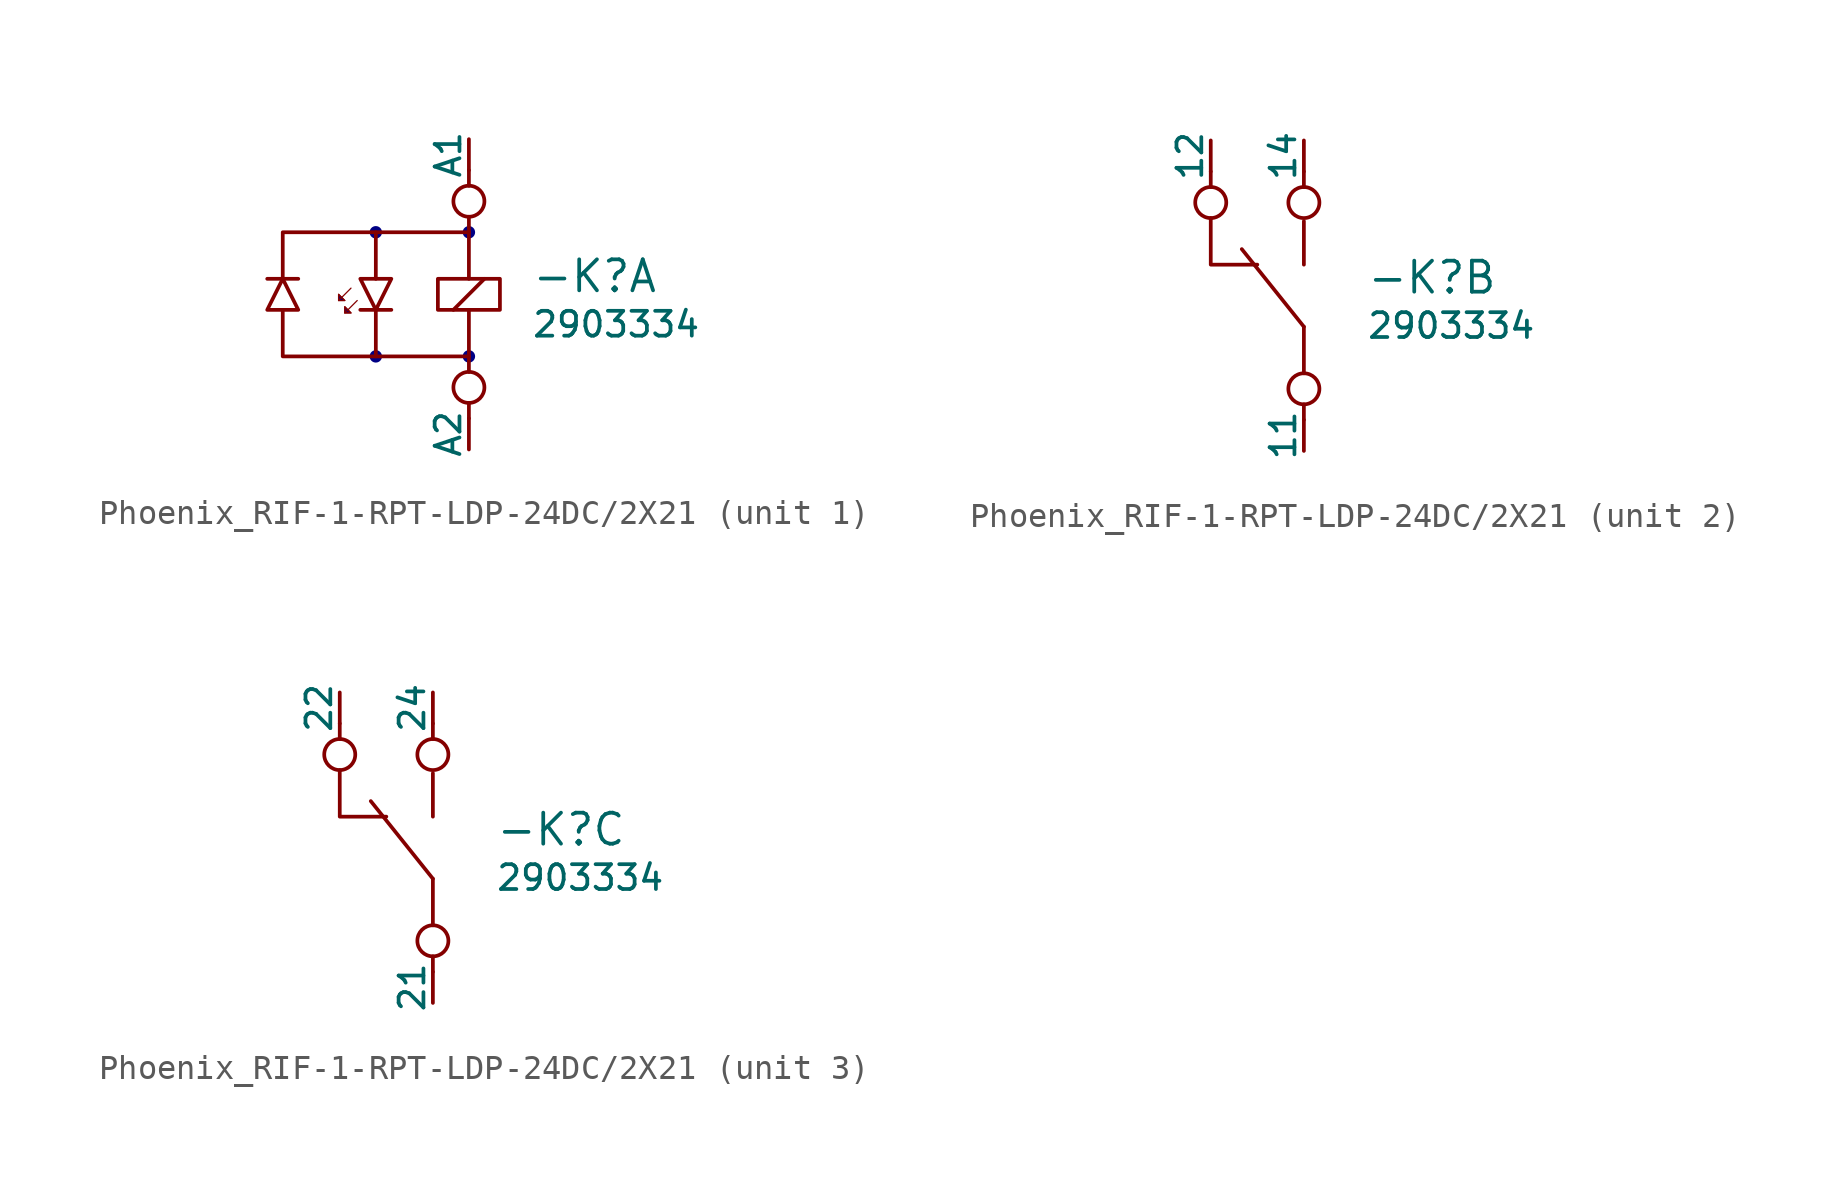
<source format=kicad_sym>
(kicad_symbol_lib
  (version 20231120)
  (generator "kicad_symbol_editor")
  (generator_version "8.0")
  (symbol "Phoenix_RIF-1-RPT-LDP-24DC/2X21"
    (pin_numbers hide)
    (pin_names
      (offset 0))
    (property "Reference" "-K"
      (at 2.54 0 0)
      (do_not_autoplace)
      (effects (font (size 1.27 1.27)) (justify left bottom)))
    (property "Value" "${PartNo}"
      (at 2.54 -0.635 0)
      (do_not_autoplace)
      (effects (font (size 1.016 1.016)) (justify left top)))
    (property "PartNo" "2903334"
      (at 10.795 0 0)
      (show_name)
      (effects (font (size 1.27 1.27)) (justify left) (hide yes)))
    (property "ki_locked" ""
      (at 0 0 0)
      (effects (font (size 1.27 1.27))))
    (symbol "Phoenix_RIF-1-RPT-LDP-24DC/2X21_1_1"
      (circle (center -3.81 -2.54) (radius 0.254) (stroke (width -0.0001) (type default)) (fill (type color) (color 0 0 132 1)))
      (circle (center -3.81 2.54) (radius 0.254) (stroke (width -0.0001) (type default)) (fill (type color) (color 0 0 132 1)))
      (rectangle (start -1.27 0.635) (end 1.27 -0.635) (stroke (width 0) (type default)) (fill (type none)))
      (circle (center 0 -3.81) (radius 0.635) (stroke (width 0) (type default)) (fill (type none)))
      (circle (center 0 -2.54) (radius 0.254) (stroke (width -0.0001) (type default)) (fill (type color) (color 0 0 132 1)))
      (polyline (pts (xy -6.985 0.635) (xy -8.255 0.635)) (stroke (width 0) (type default)) (fill (type none)))
      (polyline (pts (xy -4.826 0.254) (xy -5.334 -0.254)) (stroke (width 0.051) (type default)) (fill (type none)))
      (polyline (pts (xy -4.572 -0.254) (xy -5.08 -0.762)) (stroke (width 0.051) (type default)) (fill (type none)))
      (polyline (pts (xy -4.445 -0.635) (xy -3.175 -0.635)) (stroke (width 0) (type default)) (fill (type none)))
      (polyline (pts (xy -0.635 -0.635) (xy 0.635 0.635)) (stroke (width 0) (type default)) (fill (type none)))
      (polyline (pts (xy 0 -5.08) (xy 0 -4.445)) (stroke (width 0) (type default)) (fill (type none)))
      (polyline (pts (xy 0 -0.635) (xy 0 -3.175)) (stroke (width 0) (type default)) (fill (type none)))
      (polyline (pts (xy 0 0.635) (xy 0 3.175)) (stroke (width 0) (type default)) (fill (type none)))
      (polyline (pts (xy 0 4.445) (xy 0 5.08)) (stroke (width 0) (type default)) (fill (type none)))
      (polyline (pts (xy -3.81 -2.54) (xy -7.62 -2.54) (xy -7.62 -0.635)) (stroke (width 0) (type default)) (fill (type none)))
      (polyline (pts (xy -3.81 2.54) (xy -7.62 2.54) (xy -7.62 0.635)) (stroke (width 0) (type default)) (fill (type none)))
      (polyline (pts (xy 0 -2.54) (xy -3.81 -2.54) (xy -3.81 -0.635)) (stroke (width 0) (type default)) (fill (type none)))
      (polyline (pts (xy 0 2.54) (xy -3.81 2.54) (xy -3.81 0.635)) (stroke (width 0) (type default)) (fill (type none)))
      (polyline (pts (xy -6.985 -0.635) (xy -8.255 -0.635) (xy -7.62 0.635) (xy -6.985 -0.635)) (stroke (width 0) (type default)) (fill (type none)))
      (polyline (pts (xy -5.08 -0.254) (xy -5.334 0) (xy -5.334 -0.254) (xy -5.08 -0.254)) (stroke (width 0.051) (type default)) (fill (type color) (color 0 0 132 1)))
      (polyline (pts (xy -5.08 -0.254) (xy -5.334 0) (xy -5.334 -0.254) (xy -5.08 -0.254)) (stroke (width 0.051) (type default)) (fill (type color) (color 0 0 132 1)))
      (polyline (pts (xy -4.826 -0.762) (xy -5.08 -0.508) (xy -5.08 -0.762) (xy -4.826 -0.762)) (stroke (width 0.051) (type default)) (fill (type color) (color 0 0 132 1)))
      (polyline (pts (xy -4.826 -0.762) (xy -5.08 -0.508) (xy -5.08 -0.762) (xy -4.826 -0.762)) (stroke (width 0.051) (type default)) (fill (type color) (color 0 0 132 1)))
      (polyline (pts (xy -4.445 0.635) (xy -3.175 0.635) (xy -3.81 -0.635) (xy -4.445 0.635)) (stroke (width 0) (type default)) (fill (type none)))
      (circle (center 0 2.54) (radius 0.254) (stroke (width -0.0001) (type default)) (fill (type color) (color 0 0 132 1)))
      (circle (center 0 3.81) (radius 0.635) (stroke (width 0) (type default)) (fill (type none)))
      (pin passive line (at 0 6.35 270) (length 1.27) (name "A1" (effects (font (size 1.016 1.016)))) (number "1" (effects (font (size 1.016 1.016)))))
      (pin passive line (at 0 -6.35 90) (length 1.27) (name "A2" (effects (font (size 1.016 1.016)))) (number "2" (effects (font (size 1.016 1.016))))))
    (symbol "Phoenix_RIF-1-RPT-LDP-24DC/2X21_2_1"
      (circle (center -3.81 3.81) (radius 0.635) (stroke (width 0) (type default)) (fill (type none)))
      (circle (center 0 -3.81) (radius 0.635) (stroke (width 0) (type default)) (fill (type none)))
      (polyline (pts (xy -3.81 4.445) (xy -3.81 5.08)) (stroke (width 0) (type default)) (fill (type none)))
      (polyline (pts (xy 0 -5.08) (xy 0 -4.445)) (stroke (width 0) (type default)) (fill (type none)))
      (polyline (pts (xy 0 -3.175) (xy 0 -1.27)) (stroke (width 0) (type default)) (fill (type none)))
      (polyline (pts (xy 0 -1.27) (xy -2.54 1.905)) (stroke (width 0) (type default)) (fill (type none)))
      (polyline (pts (xy 0 1.27) (xy 0 3.048)) (stroke (width 0) (type default)) (fill (type none)))
      (polyline (pts (xy 0 4.445) (xy 0 5.08)) (stroke (width 0) (type default)) (fill (type none)))
      (polyline (pts (xy -1.905 1.27) (xy -3.81 1.27) (xy -3.81 3.175)) (stroke (width 0) (type default)) (fill (type none)))
      (circle (center 0 3.81) (radius 0.635) (stroke (width 0) (type default)) (fill (type none)))
      (pin passive line (at 0 -6.35 90) (length 1.27) (name "11" (effects (font (size 1.016 1.016)))) (number "11" (effects (font (size 1.016 1.016)))))
      (pin passive line (at -3.81 6.35 270) (length 1.27) (name "12" (effects (font (size 1.016 1.016)))) (number "12" (effects (font (size 1.016 1.016)))))
      (pin passive line (at 0 6.35 270) (length 1.27) (name "14" (effects (font (size 1.016 1.016)))) (number "14" (effects (font (size 1.016 1.016))))))
    (symbol "Phoenix_RIF-1-RPT-LDP-24DC/2X21_3_1"
      (circle (center -3.81 3.81) (radius 0.635) (stroke (width 0) (type default)) (fill (type none)))
      (circle (center 0 -3.81) (radius 0.635) (stroke (width 0) (type default)) (fill (type none)))
      (polyline (pts (xy -3.81 4.445) (xy -3.81 5.08)) (stroke (width 0) (type default)) (fill (type none)))
      (polyline (pts (xy 0 -5.08) (xy 0 -4.445)) (stroke (width 0) (type default)) (fill (type none)))
      (polyline (pts (xy 0 -3.175) (xy 0 -1.27)) (stroke (width 0) (type default)) (fill (type none)))
      (polyline (pts (xy 0 -1.27) (xy -2.54 1.905)) (stroke (width 0) (type default)) (fill (type none)))
      (polyline (pts (xy 0 1.27) (xy 0 3.048)) (stroke (width 0) (type default)) (fill (type none)))
      (polyline (pts (xy 0 4.445) (xy 0 5.08)) (stroke (width 0) (type default)) (fill (type none)))
      (polyline (pts (xy -1.905 1.27) (xy -3.81 1.27) (xy -3.81 3.175)) (stroke (width 0) (type default)) (fill (type none)))
      (circle (center 0 3.81) (radius 0.635) (stroke (width 0) (type default)) (fill (type none)))
      (pin passive line (at 0 -6.35 90) (length 1.27) (name "21" (effects (font (size 1.016 1.016)))) (number "21" (effects (font (size 1.016 1.016)))))
      (pin passive line (at -3.81 6.35 270) (length 1.27) (name "22" (effects (font (size 1.016 1.016)))) (number "22" (effects (font (size 1.016 1.016)))))
      (pin passive line (at 0 6.35 270) (length 1.27) (name "24" (effects (font (size 1.016 1.016)))) (number "24" (effects (font (size 1.016 1.016))))))))
</source>
